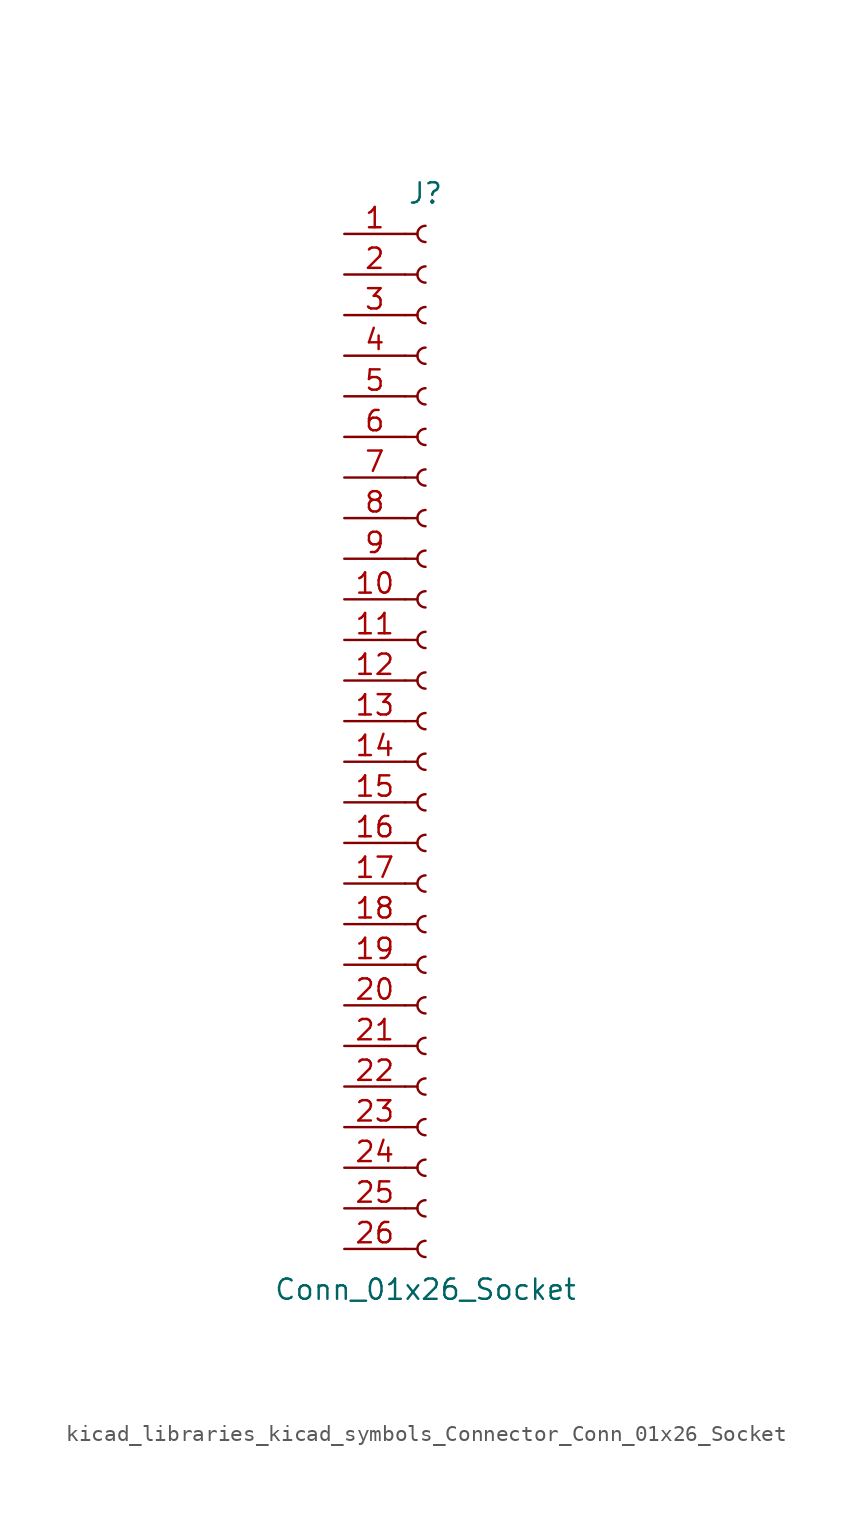
<source format=kicad_sym>
(kicad_symbol_lib
  (version 20220914)
  (generator kicad_symbol_editor)
  (symbol "kicad_libraries_kicad_symbols_Connector_Conn_01x26_Socket"
    (pin_names
      (offset 1.016) hide)
    (property "Reference" "J"
      (at 0 33.02 0)
      (effects (font (size 1.27 1.27))))
    (property "Value" "Conn_01x26_Socket"
      (at 0 -35.56 0)
      (effects (font (size 1.27 1.27))))
    (property "ki_locked" ""
      (at 0 0 0)
      (effects (font (size 1.27 1.27))))
    (symbol "kicad_libraries_kicad_symbols_Connector_Conn_01x26_Socket_1_1"
      (arc (start 0 -32.512) (mid -0.5058 -33.02) (end 0 -33.528) (stroke (width 0.1524) (type default)) (fill (type none)))
      (arc (start 0 -29.972) (mid -0.5058 -30.48) (end 0 -30.988) (stroke (width 0.1524) (type default)) (fill (type none)))
      (arc (start 0 -27.432) (mid -0.5058 -27.94) (end 0 -28.448) (stroke (width 0.1524) (type default)) (fill (type none)))
      (arc (start 0 -24.892) (mid -0.5058 -25.4) (end 0 -25.908) (stroke (width 0.1524) (type default)) (fill (type none)))
      (arc (start 0 -22.352) (mid -0.5058 -22.86) (end 0 -23.368) (stroke (width 0.1524) (type default)) (fill (type none)))
      (arc (start 0 -19.812) (mid -0.5058 -20.32) (end 0 -20.828) (stroke (width 0.1524) (type default)) (fill (type none)))
      (arc (start 0 -17.272) (mid -0.5058 -17.78) (end 0 -18.288) (stroke (width 0.1524) (type default)) (fill (type none)))
      (arc (start 0 -14.732) (mid -0.5058 -15.24) (end 0 -15.748) (stroke (width 0.1524) (type default)) (fill (type none)))
      (arc (start 0 -12.192) (mid -0.5058 -12.7) (end 0 -13.208) (stroke (width 0.1524) (type default)) (fill (type none)))
      (arc (start 0 -9.652) (mid -0.5058 -10.16) (end 0 -10.668) (stroke (width 0.1524) (type default)) (fill (type none)))
      (arc (start 0 -7.112) (mid -0.5058 -7.62) (end 0 -8.128) (stroke (width 0.1524) (type default)) (fill (type none)))
      (arc (start 0 -4.572) (mid -0.5058 -5.08) (end 0 -5.588) (stroke (width 0.1524) (type default)) (fill (type none)))
      (arc (start 0 -2.032) (mid -0.5058 -2.54) (end 0 -3.048) (stroke (width 0.1524) (type default)) (fill (type none)))
      (polyline (pts (xy -1.27 -33.02) (xy -0.508 -33.02)) (stroke (width 0.152) (type default)) (fill (type none)))
      (polyline (pts (xy -1.27 -30.48) (xy -0.508 -30.48)) (stroke (width 0.152) (type default)) (fill (type none)))
      (polyline (pts (xy -1.27 -27.94) (xy -0.508 -27.94)) (stroke (width 0.152) (type default)) (fill (type none)))
      (polyline (pts (xy -1.27 -25.4) (xy -0.508 -25.4)) (stroke (width 0.152) (type default)) (fill (type none)))
      (polyline (pts (xy -1.27 -22.86) (xy -0.508 -22.86)) (stroke (width 0.152) (type default)) (fill (type none)))
      (polyline (pts (xy -1.27 -20.32) (xy -0.508 -20.32)) (stroke (width 0.152) (type default)) (fill (type none)))
      (polyline (pts (xy -1.27 -17.78) (xy -0.508 -17.78)) (stroke (width 0.152) (type default)) (fill (type none)))
      (polyline (pts (xy -1.27 -15.24) (xy -0.508 -15.24)) (stroke (width 0.152) (type default)) (fill (type none)))
      (polyline (pts (xy -1.27 -12.7) (xy -0.508 -12.7)) (stroke (width 0.152) (type default)) (fill (type none)))
      (polyline (pts (xy -1.27 -10.16) (xy -0.508 -10.16)) (stroke (width 0.152) (type default)) (fill (type none)))
      (polyline (pts (xy -1.27 -7.62) (xy -0.508 -7.62)) (stroke (width 0.152) (type default)) (fill (type none)))
      (polyline (pts (xy -1.27 -5.08) (xy -0.508 -5.08)) (stroke (width 0.152) (type default)) (fill (type none)))
      (polyline (pts (xy -1.27 -2.54) (xy -0.508 -2.54)) (stroke (width 0.152) (type default)) (fill (type none)))
      (polyline (pts (xy -1.27 0) (xy -0.508 0)) (stroke (width 0.152) (type default)) (fill (type none)))
      (polyline (pts (xy -1.27 2.54) (xy -0.508 2.54)) (stroke (width 0.152) (type default)) (fill (type none)))
      (polyline (pts (xy -1.27 5.08) (xy -0.508 5.08)) (stroke (width 0.152) (type default)) (fill (type none)))
      (polyline (pts (xy -1.27 7.62) (xy -0.508 7.62)) (stroke (width 0.152) (type default)) (fill (type none)))
      (polyline (pts (xy -1.27 10.16) (xy -0.508 10.16)) (stroke (width 0.152) (type default)) (fill (type none)))
      (polyline (pts (xy -1.27 12.7) (xy -0.508 12.7)) (stroke (width 0.152) (type default)) (fill (type none)))
      (polyline (pts (xy -1.27 15.24) (xy -0.508 15.24)) (stroke (width 0.152) (type default)) (fill (type none)))
      (polyline (pts (xy -1.27 17.78) (xy -0.508 17.78)) (stroke (width 0.152) (type default)) (fill (type none)))
      (polyline (pts (xy -1.27 20.32) (xy -0.508 20.32)) (stroke (width 0.152) (type default)) (fill (type none)))
      (polyline (pts (xy -1.27 22.86) (xy -0.508 22.86)) (stroke (width 0.152) (type default)) (fill (type none)))
      (polyline (pts (xy -1.27 25.4) (xy -0.508 25.4)) (stroke (width 0.152) (type default)) (fill (type none)))
      (polyline (pts (xy -1.27 27.94) (xy -0.508 27.94)) (stroke (width 0.152) (type default)) (fill (type none)))
      (polyline (pts (xy -1.27 30.48) (xy -0.508 30.48)) (stroke (width 0.152) (type default)) (fill (type none)))
      (arc (start 0 0.508) (mid -0.5058 0) (end 0 -0.508) (stroke (width 0.1524) (type default)) (fill (type none)))
      (arc (start 0 3.048) (mid -0.5058 2.54) (end 0 2.032) (stroke (width 0.1524) (type default)) (fill (type none)))
      (arc (start 0 5.588) (mid -0.5058 5.08) (end 0 4.572) (stroke (width 0.1524) (type default)) (fill (type none)))
      (arc (start 0 8.128) (mid -0.5058 7.62) (end 0 7.112) (stroke (width 0.1524) (type default)) (fill (type none)))
      (arc (start 0 10.668) (mid -0.5058 10.16) (end 0 9.652) (stroke (width 0.1524) (type default)) (fill (type none)))
      (arc (start 0 13.208) (mid -0.5058 12.7) (end 0 12.192) (stroke (width 0.1524) (type default)) (fill (type none)))
      (arc (start 0 15.748) (mid -0.5058 15.24) (end 0 14.732) (stroke (width 0.1524) (type default)) (fill (type none)))
      (arc (start 0 18.288) (mid -0.5058 17.78) (end 0 17.272) (stroke (width 0.1524) (type default)) (fill (type none)))
      (arc (start 0 20.828) (mid -0.5058 20.32) (end 0 19.812) (stroke (width 0.1524) (type default)) (fill (type none)))
      (arc (start 0 23.368) (mid -0.5058 22.86) (end 0 22.352) (stroke (width 0.1524) (type default)) (fill (type none)))
      (arc (start 0 25.908) (mid -0.5058 25.4) (end 0 24.892) (stroke (width 0.1524) (type default)) (fill (type none)))
      (arc (start 0 28.448) (mid -0.5058 27.94) (end 0 27.432) (stroke (width 0.1524) (type default)) (fill (type none)))
      (arc (start 0 30.988) (mid -0.5058 30.48) (end 0 29.972) (stroke (width 0.1524) (type default)) (fill (type none)))
      (pin passive line (at -5.08 30.48 0) (length 3.81) (name "Pin_1" (effects (font (size 1.27 1.27)))) (number "1" (effects (font (size 1.27 1.27)))))
      (pin passive line (at -5.08 7.62 0) (length 3.81) (name "Pin_10" (effects (font (size 1.27 1.27)))) (number "10" (effects (font (size 1.27 1.27)))))
      (pin passive line (at -5.08 5.08 0) (length 3.81) (name "Pin_11" (effects (font (size 1.27 1.27)))) (number "11" (effects (font (size 1.27 1.27)))))
      (pin passive line (at -5.08 2.54 0) (length 3.81) (name "Pin_12" (effects (font (size 1.27 1.27)))) (number "12" (effects (font (size 1.27 1.27)))))
      (pin passive line (at -5.08 0 0) (length 3.81) (name "Pin_13" (effects (font (size 1.27 1.27)))) (number "13" (effects (font (size 1.27 1.27)))))
      (pin passive line (at -5.08 -2.54 0) (length 3.81) (name "Pin_14" (effects (font (size 1.27 1.27)))) (number "14" (effects (font (size 1.27 1.27)))))
      (pin passive line (at -5.08 -5.08 0) (length 3.81) (name "Pin_15" (effects (font (size 1.27 1.27)))) (number "15" (effects (font (size 1.27 1.27)))))
      (pin passive line (at -5.08 -7.62 0) (length 3.81) (name "Pin_16" (effects (font (size 1.27 1.27)))) (number "16" (effects (font (size 1.27 1.27)))))
      (pin passive line (at -5.08 -10.16 0) (length 3.81) (name "Pin_17" (effects (font (size 1.27 1.27)))) (number "17" (effects (font (size 1.27 1.27)))))
      (pin passive line (at -5.08 -12.7 0) (length 3.81) (name "Pin_18" (effects (font (size 1.27 1.27)))) (number "18" (effects (font (size 1.27 1.27)))))
      (pin passive line (at -5.08 -15.24 0) (length 3.81) (name "Pin_19" (effects (font (size 1.27 1.27)))) (number "19" (effects (font (size 1.27 1.27)))))
      (pin passive line (at -5.08 27.94 0) (length 3.81) (name "Pin_2" (effects (font (size 1.27 1.27)))) (number "2" (effects (font (size 1.27 1.27)))))
      (pin passive line (at -5.08 -17.78 0) (length 3.81) (name "Pin_20" (effects (font (size 1.27 1.27)))) (number "20" (effects (font (size 1.27 1.27)))))
      (pin passive line (at -5.08 -20.32 0) (length 3.81) (name "Pin_21" (effects (font (size 1.27 1.27)))) (number "21" (effects (font (size 1.27 1.27)))))
      (pin passive line (at -5.08 -22.86 0) (length 3.81) (name "Pin_22" (effects (font (size 1.27 1.27)))) (number "22" (effects (font (size 1.27 1.27)))))
      (pin passive line (at -5.08 -25.4 0) (length 3.81) (name "Pin_23" (effects (font (size 1.27 1.27)))) (number "23" (effects (font (size 1.27 1.27)))))
      (pin passive line (at -5.08 -27.94 0) (length 3.81) (name "Pin_24" (effects (font (size 1.27 1.27)))) (number "24" (effects (font (size 1.27 1.27)))))
      (pin passive line (at -5.08 -30.48 0) (length 3.81) (name "Pin_25" (effects (font (size 1.27 1.27)))) (number "25" (effects (font (size 1.27 1.27)))))
      (pin passive line (at -5.08 -33.02 0) (length 3.81) (name "Pin_26" (effects (font (size 1.27 1.27)))) (number "26" (effects (font (size 1.27 1.27)))))
      (pin passive line (at -5.08 25.4 0) (length 3.81) (name "Pin_3" (effects (font (size 1.27 1.27)))) (number "3" (effects (font (size 1.27 1.27)))))
      (pin passive line (at -5.08 22.86 0) (length 3.81) (name "Pin_4" (effects (font (size 1.27 1.27)))) (number "4" (effects (font (size 1.27 1.27)))))
      (pin passive line (at -5.08 20.32 0) (length 3.81) (name "Pin_5" (effects (font (size 1.27 1.27)))) (number "5" (effects (font (size 1.27 1.27)))))
      (pin passive line (at -5.08 17.78 0) (length 3.81) (name "Pin_6" (effects (font (size 1.27 1.27)))) (number "6" (effects (font (size 1.27 1.27)))))
      (pin passive line (at -5.08 15.24 0) (length 3.81) (name "Pin_7" (effects (font (size 1.27 1.27)))) (number "7" (effects (font (size 1.27 1.27)))))
      (pin passive line (at -5.08 12.7 0) (length 3.81) (name "Pin_8" (effects (font (size 1.27 1.27)))) (number "8" (effects (font (size 1.27 1.27)))))
      (pin passive line (at -5.08 10.16 0) (length 3.81) (name "Pin_9" (effects (font (size 1.27 1.27)))) (number "9" (effects (font (size 1.27 1.27))))))))
</source>
